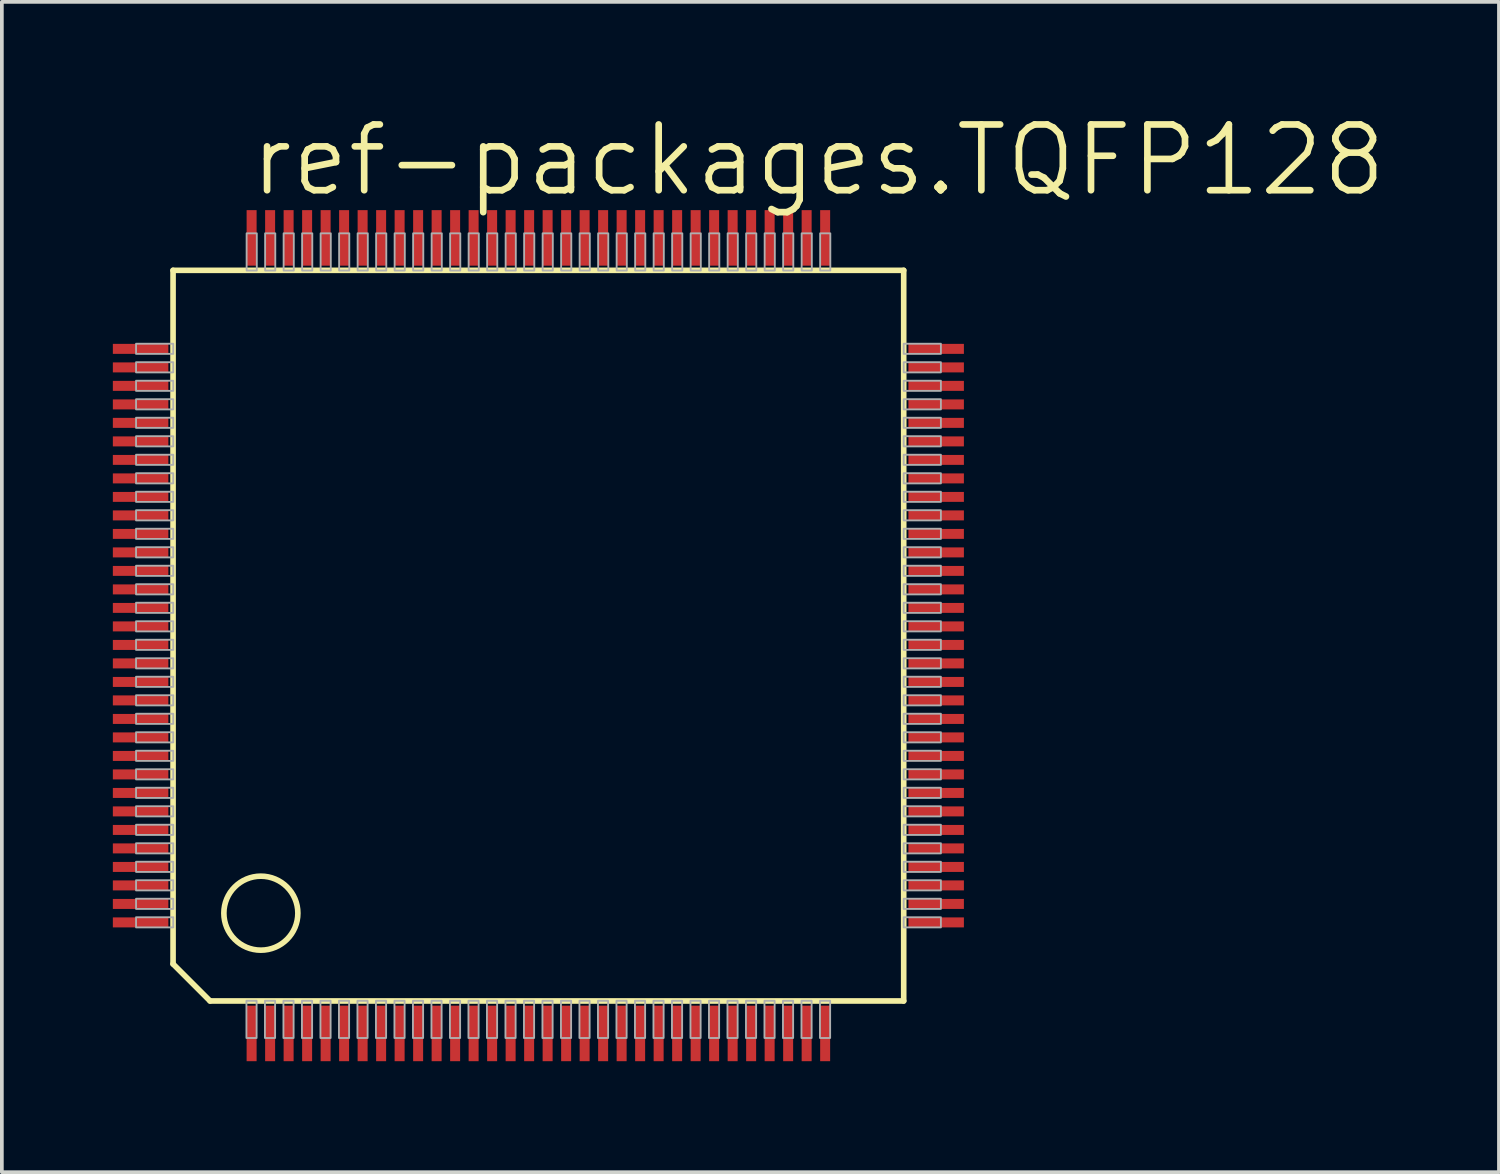
<source format=kicad_pcb>
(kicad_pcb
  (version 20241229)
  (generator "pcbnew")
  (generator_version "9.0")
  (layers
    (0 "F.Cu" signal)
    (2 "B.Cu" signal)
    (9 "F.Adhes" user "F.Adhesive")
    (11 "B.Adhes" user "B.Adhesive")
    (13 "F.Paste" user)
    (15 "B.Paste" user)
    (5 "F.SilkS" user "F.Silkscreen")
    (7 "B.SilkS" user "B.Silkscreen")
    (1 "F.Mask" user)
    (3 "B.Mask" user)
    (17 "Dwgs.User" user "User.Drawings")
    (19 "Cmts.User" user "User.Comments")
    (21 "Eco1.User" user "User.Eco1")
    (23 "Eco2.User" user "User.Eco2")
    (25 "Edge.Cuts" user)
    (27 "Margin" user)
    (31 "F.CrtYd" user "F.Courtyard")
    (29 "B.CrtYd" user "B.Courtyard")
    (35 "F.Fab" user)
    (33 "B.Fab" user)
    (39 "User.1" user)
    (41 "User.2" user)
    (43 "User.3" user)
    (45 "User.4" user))
  (footprint "ref-packages.TQFP128"
    (layer "F.Cu")
    (at 11.5 14.129)
    (property "Reference" "ref-packages.TQFP128" (at -7.874 -11.811 0) (layer "F.SilkS") (effects (font (size 1.778 1.778) (thickness 0.18)) (justify left bottom)))
    (attr smd)
    (fp_line (start -9.873 -9.873) (end -9.873 8.873) (stroke (width 0.152) (type default)) (layer "F.SilkS"))
    (fp_line (start -9.873 8.873) (end -8.873 9.873) (stroke (width 0.152) (type default)) (layer "F.SilkS"))
    (fp_line (start -8.873 9.873) (end 9.873 9.873) (stroke (width 0.152) (type default)) (layer "F.SilkS"))
    (fp_line (start 9.873 -9.873) (end -9.873 -9.873) (stroke (width 0.152) (type default)) (layer "F.SilkS"))
    (fp_line (start 9.873 9.873) (end 9.873 -9.873) (stroke (width 0.152) (type default)) (layer "F.SilkS"))
    (fp_circle (center -7.5 7.5) (end -6.5 7.5) (stroke (width 0.152) (type default)) (fill no) (layer "F.SilkS"))
    (fp_rect (start -10.873 -7.615) (end -9.868 -7.89) (stroke (width 0.05) (type default)) (fill no) (layer "F.Fab"))
    (fp_rect (start -10.873 -7.115) (end -9.868 -7.39) (stroke (width 0.05) (type default)) (fill no) (layer "F.Fab"))
    (fp_rect (start -10.873 -6.615) (end -9.868 -6.89) (stroke (width 0.05) (type default)) (fill no) (layer "F.Fab"))
    (fp_rect (start -10.873 -6.115) (end -9.868 -6.39) (stroke (width 0.05) (type default)) (fill no) (layer "F.Fab"))
    (fp_rect (start -10.873 -5.615) (end -9.868 -5.89) (stroke (width 0.05) (type default)) (fill no) (layer "F.Fab"))
    (fp_rect (start -10.873 -5.115) (end -9.868 -5.39) (stroke (width 0.05) (type default)) (fill no) (layer "F.Fab"))
    (fp_rect (start -10.873 -4.615) (end -9.868 -4.89) (stroke (width 0.05) (type default)) (fill no) (layer "F.Fab"))
    (fp_rect (start -10.873 -4.115) (end -9.868 -4.39) (stroke (width 0.05) (type default)) (fill no) (layer "F.Fab"))
    (fp_rect (start -10.873 -3.615) (end -9.868 -3.89) (stroke (width 0.05) (type default)) (fill no) (layer "F.Fab"))
    (fp_rect (start -10.873 -3.115) (end -9.868 -3.39) (stroke (width 0.05) (type default)) (fill no) (layer "F.Fab"))
    (fp_rect (start -10.873 -2.615) (end -9.868 -2.89) (stroke (width 0.05) (type default)) (fill no) (layer "F.Fab"))
    (fp_rect (start -10.873 -2.115) (end -9.868 -2.39) (stroke (width 0.05) (type default)) (fill no) (layer "F.Fab"))
    (fp_rect (start -10.873 -1.615) (end -9.868 -1.89) (stroke (width 0.05) (type default)) (fill no) (layer "F.Fab"))
    (fp_rect (start -10.873 -1.115) (end -9.868 -1.39) (stroke (width 0.05) (type default)) (fill no) (layer "F.Fab"))
    (fp_rect (start -10.873 -0.615) (end -9.868 -0.89) (stroke (width 0.05) (type default)) (fill no) (layer "F.Fab"))
    (fp_rect (start -10.873 -0.115) (end -9.868 -0.39) (stroke (width 0.05) (type default)) (fill no) (layer "F.Fab"))
    (fp_rect (start -10.873 0.385) (end -9.868 0.11) (stroke (width 0.05) (type default)) (fill no) (layer "F.Fab"))
    (fp_rect (start -10.873 0.885) (end -9.868 0.61) (stroke (width 0.05) (type default)) (fill no) (layer "F.Fab"))
    (fp_rect (start -10.873 1.385) (end -9.868 1.11) (stroke (width 0.05) (type default)) (fill no) (layer "F.Fab"))
    (fp_rect (start -10.873 1.885) (end -9.868 1.61) (stroke (width 0.05) (type default)) (fill no) (layer "F.Fab"))
    (fp_rect (start -10.873 2.385) (end -9.868 2.11) (stroke (width 0.05) (type default)) (fill no) (layer "F.Fab"))
    (fp_rect (start -10.873 2.885) (end -9.868 2.61) (stroke (width 0.05) (type default)) (fill no) (layer "F.Fab"))
    (fp_rect (start -10.873 3.385) (end -9.868 3.11) (stroke (width 0.05) (type default)) (fill no) (layer "F.Fab"))
    (fp_rect (start -10.873 3.885) (end -9.868 3.61) (stroke (width 0.05) (type default)) (fill no) (layer "F.Fab"))
    (fp_rect (start -10.873 4.385) (end -9.868 4.11) (stroke (width 0.05) (type default)) (fill no) (layer "F.Fab"))
    (fp_rect (start -10.873 4.885) (end -9.868 4.61) (stroke (width 0.05) (type default)) (fill no) (layer "F.Fab"))
    (fp_rect (start -10.873 5.385) (end -9.868 5.11) (stroke (width 0.05) (type default)) (fill no) (layer "F.Fab"))
    (fp_rect (start -10.873 5.885) (end -9.868 5.61) (stroke (width 0.05) (type default)) (fill no) (layer "F.Fab"))
    (fp_rect (start -10.873 6.385) (end -9.868 6.11) (stroke (width 0.05) (type default)) (fill no) (layer "F.Fab"))
    (fp_rect (start -10.873 6.885) (end -9.868 6.61) (stroke (width 0.05) (type default)) (fill no) (layer "F.Fab"))
    (fp_rect (start -10.873 7.385) (end -9.868 7.11) (stroke (width 0.05) (type default)) (fill no) (layer "F.Fab"))
    (fp_rect (start -10.873 7.885) (end -9.868 7.61) (stroke (width 0.05) (type default)) (fill no) (layer "F.Fab"))
    (fp_rect (start -7.89 10.873) (end -7.615 9.868) (stroke (width 0.05) (type default)) (fill no) (layer "F.Fab"))
    (fp_rect (start -7.885 -9.868) (end -7.61 -10.873) (stroke (width 0.05) (type default)) (fill no) (layer "F.Fab"))
    (fp_rect (start -7.39 10.873) (end -7.115 9.868) (stroke (width 0.05) (type default)) (fill no) (layer "F.Fab"))
    (fp_rect (start -7.385 -9.868) (end -7.11 -10.873) (stroke (width 0.05) (type default)) (fill no) (layer "F.Fab"))
    (fp_rect (start -6.89 10.873) (end -6.615 9.868) (stroke (width 0.05) (type default)) (fill no) (layer "F.Fab"))
    (fp_rect (start -6.885 -9.868) (end -6.61 -10.873) (stroke (width 0.05) (type default)) (fill no) (layer "F.Fab"))
    (fp_rect (start -6.39 10.873) (end -6.115 9.868) (stroke (width 0.05) (type default)) (fill no) (layer "F.Fab"))
    (fp_rect (start -6.385 -9.868) (end -6.11 -10.873) (stroke (width 0.05) (type default)) (fill no) (layer "F.Fab"))
    (fp_rect (start -5.89 10.873) (end -5.615 9.868) (stroke (width 0.05) (type default)) (fill no) (layer "F.Fab"))
    (fp_rect (start -5.885 -9.868) (end -5.61 -10.873) (stroke (width 0.05) (type default)) (fill no) (layer "F.Fab"))
    (fp_rect (start -5.39 10.873) (end -5.115 9.868) (stroke (width 0.05) (type default)) (fill no) (layer "F.Fab"))
    (fp_rect (start -5.385 -9.868) (end -5.11 -10.873) (stroke (width 0.05) (type default)) (fill no) (layer "F.Fab"))
    (fp_rect (start -4.89 10.873) (end -4.615 9.868) (stroke (width 0.05) (type default)) (fill no) (layer "F.Fab"))
    (fp_rect (start -4.885 -9.868) (end -4.61 -10.873) (stroke (width 0.05) (type default)) (fill no) (layer "F.Fab"))
    (fp_rect (start -4.39 10.873) (end -4.115 9.868) (stroke (width 0.05) (type default)) (fill no) (layer "F.Fab"))
    (fp_rect (start -4.385 -9.868) (end -4.11 -10.873) (stroke (width 0.05) (type default)) (fill no) (layer "F.Fab"))
    (fp_rect (start -3.89 10.873) (end -3.615 9.868) (stroke (width 0.05) (type default)) (fill no) (layer "F.Fab"))
    (fp_rect (start -3.885 -9.868) (end -3.61 -10.873) (stroke (width 0.05) (type default)) (fill no) (layer "F.Fab"))
    (fp_rect (start -3.39 10.873) (end -3.115 9.868) (stroke (width 0.05) (type default)) (fill no) (layer "F.Fab"))
    (fp_rect (start -3.385 -9.868) (end -3.11 -10.873) (stroke (width 0.05) (type default)) (fill no) (layer "F.Fab"))
    (fp_rect (start -2.89 10.873) (end -2.615 9.868) (stroke (width 0.05) (type default)) (fill no) (layer "F.Fab"))
    (fp_rect (start -2.885 -9.868) (end -2.61 -10.873) (stroke (width 0.05) (type default)) (fill no) (layer "F.Fab"))
    (fp_rect (start -2.39 10.873) (end -2.115 9.868) (stroke (width 0.05) (type default)) (fill no) (layer "F.Fab"))
    (fp_rect (start -2.385 -9.868) (end -2.11 -10.873) (stroke (width 0.05) (type default)) (fill no) (layer "F.Fab"))
    (fp_rect (start -1.89 10.873) (end -1.615 9.868) (stroke (width 0.05) (type default)) (fill no) (layer "F.Fab"))
    (fp_rect (start -1.885 -9.868) (end -1.61 -10.873) (stroke (width 0.05) (type default)) (fill no) (layer "F.Fab"))
    (fp_rect (start -1.39 10.873) (end -1.115 9.868) (stroke (width 0.05) (type default)) (fill no) (layer "F.Fab"))
    (fp_rect (start -1.385 -9.868) (end -1.11 -10.873) (stroke (width 0.05) (type default)) (fill no) (layer "F.Fab"))
    (fp_rect (start -0.89 10.873) (end -0.615 9.868) (stroke (width 0.05) (type default)) (fill no) (layer "F.Fab"))
    (fp_rect (start -0.885 -9.868) (end -0.61 -10.873) (stroke (width 0.05) (type default)) (fill no) (layer "F.Fab"))
    (fp_rect (start -0.39 10.873) (end -0.115 9.868) (stroke (width 0.05) (type default)) (fill no) (layer "F.Fab"))
    (fp_rect (start -0.385 -9.868) (end -0.11 -10.873) (stroke (width 0.05) (type default)) (fill no) (layer "F.Fab"))
    (fp_rect (start 0.11 10.873) (end 0.385 9.868) (stroke (width 0.05) (type default)) (fill no) (layer "F.Fab"))
    (fp_rect (start 0.115 -9.868) (end 0.39 -10.873) (stroke (width 0.05) (type default)) (fill no) (layer "F.Fab"))
    (fp_rect (start 0.61 10.873) (end 0.885 9.868) (stroke (width 0.05) (type default)) (fill no) (layer "F.Fab"))
    (fp_rect (start 0.615 -9.868) (end 0.89 -10.873) (stroke (width 0.05) (type default)) (fill no) (layer "F.Fab"))
    (fp_rect (start 1.11 10.873) (end 1.385 9.868) (stroke (width 0.05) (type default)) (fill no) (layer "F.Fab"))
    (fp_rect (start 1.115 -9.868) (end 1.39 -10.873) (stroke (width 0.05) (type default)) (fill no) (layer "F.Fab"))
    (fp_rect (start 1.61 10.873) (end 1.885 9.868) (stroke (width 0.05) (type default)) (fill no) (layer "F.Fab"))
    (fp_rect (start 1.615 -9.868) (end 1.89 -10.873) (stroke (width 0.05) (type default)) (fill no) (layer "F.Fab"))
    (fp_rect (start 2.11 10.873) (end 2.385 9.868) (stroke (width 0.05) (type default)) (fill no) (layer "F.Fab"))
    (fp_rect (start 2.115 -9.868) (end 2.39 -10.873) (stroke (width 0.05) (type default)) (fill no) (layer "F.Fab"))
    (fp_rect (start 2.61 10.873) (end 2.885 9.868) (stroke (width 0.05) (type default)) (fill no) (layer "F.Fab"))
    (fp_rect (start 2.615 -9.868) (end 2.89 -10.873) (stroke (width 0.05) (type default)) (fill no) (layer "F.Fab"))
    (fp_rect (start 3.11 10.873) (end 3.385 9.868) (stroke (width 0.05) (type default)) (fill no) (layer "F.Fab"))
    (fp_rect (start 3.115 -9.868) (end 3.39 -10.873) (stroke (width 0.05) (type default)) (fill no) (layer "F.Fab"))
    (fp_rect (start 3.61 10.873) (end 3.885 9.868) (stroke (width 0.05) (type default)) (fill no) (layer "F.Fab"))
    (fp_rect (start 3.615 -9.868) (end 3.89 -10.873) (stroke (width 0.05) (type default)) (fill no) (layer "F.Fab"))
    (fp_rect (start 4.11 10.873) (end 4.385 9.868) (stroke (width 0.05) (type default)) (fill no) (layer "F.Fab"))
    (fp_rect (start 4.115 -9.868) (end 4.39 -10.873) (stroke (width 0.05) (type default)) (fill no) (layer "F.Fab"))
    (fp_rect (start 4.61 10.873) (end 4.885 9.868) (stroke (width 0.05) (type default)) (fill no) (layer "F.Fab"))
    (fp_rect (start 4.615 -9.868) (end 4.89 -10.873) (stroke (width 0.05) (type default)) (fill no) (layer "F.Fab"))
    (fp_rect (start 5.11 10.873) (end 5.385 9.868) (stroke (width 0.05) (type default)) (fill no) (layer "F.Fab"))
    (fp_rect (start 5.115 -9.868) (end 5.39 -10.873) (stroke (width 0.05) (type default)) (fill no) (layer "F.Fab"))
    (fp_rect (start 5.61 10.873) (end 5.885 9.868) (stroke (width 0.05) (type default)) (fill no) (layer "F.Fab"))
    (fp_rect (start 5.615 -9.868) (end 5.89 -10.873) (stroke (width 0.05) (type default)) (fill no) (layer "F.Fab"))
    (fp_rect (start 6.11 10.873) (end 6.385 9.868) (stroke (width 0.05) (type default)) (fill no) (layer "F.Fab"))
    (fp_rect (start 6.115 -9.868) (end 6.39 -10.873) (stroke (width 0.05) (type default)) (fill no) (layer "F.Fab"))
    (fp_rect (start 6.61 10.873) (end 6.885 9.868) (stroke (width 0.05) (type default)) (fill no) (layer "F.Fab"))
    (fp_rect (start 6.615 -9.868) (end 6.89 -10.873) (stroke (width 0.05) (type default)) (fill no) (layer "F.Fab"))
    (fp_rect (start 7.11 10.873) (end 7.385 9.868) (stroke (width 0.05) (type default)) (fill no) (layer "F.Fab"))
    (fp_rect (start 7.115 -9.868) (end 7.39 -10.873) (stroke (width 0.05) (type default)) (fill no) (layer "F.Fab"))
    (fp_rect (start 7.61 10.873) (end 7.885 9.868) (stroke (width 0.05) (type default)) (fill no) (layer "F.Fab"))
    (fp_rect (start 7.615 -9.868) (end 7.89 -10.873) (stroke (width 0.05) (type default)) (fill no) (layer "F.Fab"))
    (fp_rect (start 9.873 -7.615) (end 10.878 -7.89) (stroke (width 0.05) (type default)) (fill no) (layer "F.Fab"))
    (fp_rect (start 9.873 -7.115) (end 10.878 -7.39) (stroke (width 0.05) (type default)) (fill no) (layer "F.Fab"))
    (fp_rect (start 9.873 -6.615) (end 10.878 -6.89) (stroke (width 0.05) (type default)) (fill no) (layer "F.Fab"))
    (fp_rect (start 9.873 -6.115) (end 10.878 -6.39) (stroke (width 0.05) (type default)) (fill no) (layer "F.Fab"))
    (fp_rect (start 9.873 -5.615) (end 10.878 -5.89) (stroke (width 0.05) (type default)) (fill no) (layer "F.Fab"))
    (fp_rect (start 9.873 -5.115) (end 10.878 -5.39) (stroke (width 0.05) (type default)) (fill no) (layer "F.Fab"))
    (fp_rect (start 9.873 -4.615) (end 10.878 -4.89) (stroke (width 0.05) (type default)) (fill no) (layer "F.Fab"))
    (fp_rect (start 9.873 -4.115) (end 10.878 -4.39) (stroke (width 0.05) (type default)) (fill no) (layer "F.Fab"))
    (fp_rect (start 9.873 -3.615) (end 10.878 -3.89) (stroke (width 0.05) (type default)) (fill no) (layer "F.Fab"))
    (fp_rect (start 9.873 -3.115) (end 10.878 -3.39) (stroke (width 0.05) (type default)) (fill no) (layer "F.Fab"))
    (fp_rect (start 9.873 -2.615) (end 10.878 -2.89) (stroke (width 0.05) (type default)) (fill no) (layer "F.Fab"))
    (fp_rect (start 9.873 -2.115) (end 10.878 -2.39) (stroke (width 0.05) (type default)) (fill no) (layer "F.Fab"))
    (fp_rect (start 9.873 -1.615) (end 10.878 -1.89) (stroke (width 0.05) (type default)) (fill no) (layer "F.Fab"))
    (fp_rect (start 9.873 -1.115) (end 10.878 -1.39) (stroke (width 0.05) (type default)) (fill no) (layer "F.Fab"))
    (fp_rect (start 9.873 -0.615) (end 10.878 -0.89) (stroke (width 0.05) (type default)) (fill no) (layer "F.Fab"))
    (fp_rect (start 9.873 -0.115) (end 10.878 -0.39) (stroke (width 0.05) (type default)) (fill no) (layer "F.Fab"))
    (fp_rect (start 9.873 0.385) (end 10.878 0.11) (stroke (width 0.05) (type default)) (fill no) (layer "F.Fab"))
    (fp_rect (start 9.873 0.885) (end 10.878 0.61) (stroke (width 0.05) (type default)) (fill no) (layer "F.Fab"))
    (fp_rect (start 9.873 1.385) (end 10.878 1.11) (stroke (width 0.05) (type default)) (fill no) (layer "F.Fab"))
    (fp_rect (start 9.873 1.885) (end 10.878 1.61) (stroke (width 0.05) (type default)) (fill no) (layer "F.Fab"))
    (fp_rect (start 9.873 2.385) (end 10.878 2.11) (stroke (width 0.05) (type default)) (fill no) (layer "F.Fab"))
    (fp_rect (start 9.873 2.885) (end 10.878 2.61) (stroke (width 0.05) (type default)) (fill no) (layer "F.Fab"))
    (fp_rect (start 9.873 3.385) (end 10.878 3.11) (stroke (width 0.05) (type default)) (fill no) (layer "F.Fab"))
    (fp_rect (start 9.873 3.885) (end 10.878 3.61) (stroke (width 0.05) (type default)) (fill no) (layer "F.Fab"))
    (fp_rect (start 9.873 4.385) (end 10.878 4.11) (stroke (width 0.05) (type default)) (fill no) (layer "F.Fab"))
    (fp_rect (start 9.873 4.885) (end 10.878 4.61) (stroke (width 0.05) (type default)) (fill no) (layer "F.Fab"))
    (fp_rect (start 9.873 5.385) (end 10.878 5.11) (stroke (width 0.05) (type default)) (fill no) (layer "F.Fab"))
    (fp_rect (start 9.873 5.885) (end 10.878 5.61) (stroke (width 0.05) (type default)) (fill no) (layer "F.Fab"))
    (fp_rect (start 9.873 6.385) (end 10.878 6.11) (stroke (width 0.05) (type default)) (fill no) (layer "F.Fab"))
    (fp_rect (start 9.873 6.885) (end 10.878 6.61) (stroke (width 0.05) (type default)) (fill no) (layer "F.Fab"))
    (fp_rect (start 9.873 7.385) (end 10.878 7.11) (stroke (width 0.05) (type default)) (fill no) (layer "F.Fab"))
    (fp_rect (start 9.873 7.885) (end 10.878 7.61) (stroke (width 0.05) (type default)) (fill no) (layer "F.Fab"))
    (pad "1" smd roundrect (at -7.75 10.75) (size 0.27 1.5) (layers "F.Cu" "F.Mask" "F.Paste") (roundrect_rratio 0.01))
    (pad "2" smd roundrect (at -7.25 10.75) (size 0.27 1.5) (layers "F.Cu" "F.Mask" "F.Paste") (roundrect_rratio 0.01))
    (pad "3" smd roundrect (at -6.75 10.75) (size 0.27 1.5) (layers "F.Cu" "F.Mask" "F.Paste") (roundrect_rratio 0.01))
    (pad "4" smd roundrect (at -6.25 10.75) (size 0.27 1.5) (layers "F.Cu" "F.Mask" "F.Paste") (roundrect_rratio 0.01))
    (pad "5" smd roundrect (at -5.75 10.75) (size 0.27 1.5) (layers "F.Cu" "F.Mask" "F.Paste") (roundrect_rratio 0.01))
    (pad "6" smd roundrect (at -5.25 10.75) (size 0.27 1.5) (layers "F.Cu" "F.Mask" "F.Paste") (roundrect_rratio 0.01))
    (pad "7" smd roundrect (at -4.75 10.75) (size 0.27 1.5) (layers "F.Cu" "F.Mask" "F.Paste") (roundrect_rratio 0.01))
    (pad "8" smd roundrect (at -4.25 10.75) (size 0.27 1.5) (layers "F.Cu" "F.Mask" "F.Paste") (roundrect_rratio 0.01))
    (pad "9" smd roundrect (at -3.75 10.75) (size 0.27 1.5) (layers "F.Cu" "F.Mask" "F.Paste") (roundrect_rratio 0.01))
    (pad "10" smd roundrect (at -3.25 10.75) (size 0.27 1.5) (layers "F.Cu" "F.Mask" "F.Paste") (roundrect_rratio 0.01))
    (pad "11" smd roundrect (at -2.75 10.75) (size 0.27 1.5) (layers "F.Cu" "F.Mask" "F.Paste") (roundrect_rratio 0.01))
    (pad "12" smd roundrect (at -2.25 10.75) (size 0.27 1.5) (layers "F.Cu" "F.Mask" "F.Paste") (roundrect_rratio 0.01))
    (pad "13" smd roundrect (at -1.75 10.75) (size 0.27 1.5) (layers "F.Cu" "F.Mask" "F.Paste") (roundrect_rratio 0.01))
    (pad "14" smd roundrect (at -1.25 10.75) (size 0.27 1.5) (layers "F.Cu" "F.Mask" "F.Paste") (roundrect_rratio 0.01))
    (pad "15" smd roundrect (at -0.75 10.75) (size 0.27 1.5) (layers "F.Cu" "F.Mask" "F.Paste") (roundrect_rratio 0.01))
    (pad "16" smd roundrect (at -0.25 10.75) (size 0.27 1.5) (layers "F.Cu" "F.Mask" "F.Paste") (roundrect_rratio 0.01))
    (pad "17" smd roundrect (at 0.25 10.75) (size 0.27 1.5) (layers "F.Cu" "F.Mask" "F.Paste") (roundrect_rratio 0.01))
    (pad "18" smd roundrect (at 0.75 10.75) (size 0.27 1.5) (layers "F.Cu" "F.Mask" "F.Paste") (roundrect_rratio 0.01))
    (pad "19" smd roundrect (at 1.25 10.75) (size 0.27 1.5) (layers "F.Cu" "F.Mask" "F.Paste") (roundrect_rratio 0.01))
    (pad "20" smd roundrect (at 1.75 10.75) (size 0.27 1.5) (layers "F.Cu" "F.Mask" "F.Paste") (roundrect_rratio 0.01))
    (pad "21" smd roundrect (at 2.25 10.75) (size 0.27 1.5) (layers "F.Cu" "F.Mask" "F.Paste") (roundrect_rratio 0.01))
    (pad "22" smd roundrect (at 2.75 10.75) (size 0.27 1.5) (layers "F.Cu" "F.Mask" "F.Paste") (roundrect_rratio 0.01))
    (pad "23" smd roundrect (at 3.25 10.75) (size 0.27 1.5) (layers "F.Cu" "F.Mask" "F.Paste") (roundrect_rratio 0.01))
    (pad "24" smd roundrect (at 3.75 10.75) (size 0.27 1.5) (layers "F.Cu" "F.Mask" "F.Paste") (roundrect_rratio 0.01))
    (pad "25" smd roundrect (at 4.25 10.75) (size 0.27 1.5) (layers "F.Cu" "F.Mask" "F.Paste") (roundrect_rratio 0.01))
    (pad "26" smd roundrect (at 4.75 10.75) (size 0.27 1.5) (layers "F.Cu" "F.Mask" "F.Paste") (roundrect_rratio 0.01))
    (pad "27" smd roundrect (at 5.25 10.75) (size 0.27 1.5) (layers "F.Cu" "F.Mask" "F.Paste") (roundrect_rratio 0.01))
    (pad "28" smd roundrect (at 5.75 10.75) (size 0.27 1.5) (layers "F.Cu" "F.Mask" "F.Paste") (roundrect_rratio 0.01))
    (pad "29" smd roundrect (at 6.25 10.75) (size 0.27 1.5) (layers "F.Cu" "F.Mask" "F.Paste") (roundrect_rratio 0.01))
    (pad "30" smd roundrect (at 6.75 10.75) (size 0.27 1.5) (layers "F.Cu" "F.Mask" "F.Paste") (roundrect_rratio 0.01))
    (pad "31" smd roundrect (at 7.25 10.75) (size 0.27 1.5) (layers "F.Cu" "F.Mask" "F.Paste") (roundrect_rratio 0.01))
    (pad "32" smd roundrect (at 7.75 10.75) (size 0.27 1.5) (layers "F.Cu" "F.Mask" "F.Paste") (roundrect_rratio 0.01))
    (pad "33" smd roundrect (at 10.75 7.75) (size 1.5 0.27) (layers "F.Cu" "F.Mask" "F.Paste") (roundrect_rratio 0.01))
    (pad "34" smd roundrect (at 10.75 7.25) (size 1.5 0.27) (layers "F.Cu" "F.Mask" "F.Paste") (roundrect_rratio 0.01))
    (pad "35" smd roundrect (at 10.75 6.75) (size 1.5 0.27) (layers "F.Cu" "F.Mask" "F.Paste") (roundrect_rratio 0.01))
    (pad "36" smd roundrect (at 10.75 6.25) (size 1.5 0.27) (layers "F.Cu" "F.Mask" "F.Paste") (roundrect_rratio 0.01))
    (pad "37" smd roundrect (at 10.75 5.75) (size 1.5 0.27) (layers "F.Cu" "F.Mask" "F.Paste") (roundrect_rratio 0.01))
    (pad "38" smd roundrect (at 10.75 5.25) (size 1.5 0.27) (layers "F.Cu" "F.Mask" "F.Paste") (roundrect_rratio 0.01))
    (pad "39" smd roundrect (at 10.75 4.75) (size 1.5 0.27) (layers "F.Cu" "F.Mask" "F.Paste") (roundrect_rratio 0.01))
    (pad "40" smd roundrect (at 10.75 4.25) (size 1.5 0.27) (layers "F.Cu" "F.Mask" "F.Paste") (roundrect_rratio 0.01))
    (pad "41" smd roundrect (at 10.75 3.75) (size 1.5 0.27) (layers "F.Cu" "F.Mask" "F.Paste") (roundrect_rratio 0.01))
    (pad "42" smd roundrect (at 10.75 3.25) (size 1.5 0.27) (layers "F.Cu" "F.Mask" "F.Paste") (roundrect_rratio 0.01))
    (pad "43" smd roundrect (at 10.75 2.75) (size 1.5 0.27) (layers "F.Cu" "F.Mask" "F.Paste") (roundrect_rratio 0.01))
    (pad "44" smd roundrect (at 10.75 2.25) (size 1.5 0.27) (layers "F.Cu" "F.Mask" "F.Paste") (roundrect_rratio 0.01))
    (pad "45" smd roundrect (at 10.75 1.75) (size 1.5 0.27) (layers "F.Cu" "F.Mask" "F.Paste") (roundrect_rratio 0.01))
    (pad "46" smd roundrect (at 10.75 1.25) (size 1.5 0.27) (layers "F.Cu" "F.Mask" "F.Paste") (roundrect_rratio 0.01))
    (pad "47" smd roundrect (at 10.75 0.75) (size 1.5 0.27) (layers "F.Cu" "F.Mask" "F.Paste") (roundrect_rratio 0.01))
    (pad "48" smd roundrect (at 10.75 0.25) (size 1.5 0.27) (layers "F.Cu" "F.Mask" "F.Paste") (roundrect_rratio 0.01))
    (pad "49" smd roundrect (at 10.75 -0.25) (size 1.5 0.27) (layers "F.Cu" "F.Mask" "F.Paste") (roundrect_rratio 0.01))
    (pad "50" smd roundrect (at 10.75 -0.75) (size 1.5 0.27) (layers "F.Cu" "F.Mask" "F.Paste") (roundrect_rratio 0.01))
    (pad "51" smd roundrect (at 10.75 -1.25) (size 1.5 0.27) (layers "F.Cu" "F.Mask" "F.Paste") (roundrect_rratio 0.01))
    (pad "52" smd roundrect (at 10.75 -1.75) (size 1.5 0.27) (layers "F.Cu" "F.Mask" "F.Paste") (roundrect_rratio 0.01))
    (pad "53" smd roundrect (at 10.75 -2.25) (size 1.5 0.27) (layers "F.Cu" "F.Mask" "F.Paste") (roundrect_rratio 0.01))
    (pad "54" smd roundrect (at 10.75 -2.75) (size 1.5 0.27) (layers "F.Cu" "F.Mask" "F.Paste") (roundrect_rratio 0.01))
    (pad "55" smd roundrect (at 10.75 -3.25) (size 1.5 0.27) (layers "F.Cu" "F.Mask" "F.Paste") (roundrect_rratio 0.01))
    (pad "56" smd roundrect (at 10.75 -3.75) (size 1.5 0.27) (layers "F.Cu" "F.Mask" "F.Paste") (roundrect_rratio 0.01))
    (pad "57" smd roundrect (at 10.75 -4.25) (size 1.5 0.27) (layers "F.Cu" "F.Mask" "F.Paste") (roundrect_rratio 0.01))
    (pad "58" smd roundrect (at 10.75 -4.75) (size 1.5 0.27) (layers "F.Cu" "F.Mask" "F.Paste") (roundrect_rratio 0.01))
    (pad "59" smd roundrect (at 10.75 -5.25) (size 1.5 0.27) (layers "F.Cu" "F.Mask" "F.Paste") (roundrect_rratio 0.01))
    (pad "60" smd roundrect (at 10.75 -5.75) (size 1.5 0.27) (layers "F.Cu" "F.Mask" "F.Paste") (roundrect_rratio 0.01))
    (pad "61" smd roundrect (at 10.75 -6.25) (size 1.5 0.27) (layers "F.Cu" "F.Mask" "F.Paste") (roundrect_rratio 0.01))
    (pad "62" smd roundrect (at 10.75 -6.75) (size 1.5 0.27) (layers "F.Cu" "F.Mask" "F.Paste") (roundrect_rratio 0.01))
    (pad "63" smd roundrect (at 10.75 -7.25) (size 1.5 0.27) (layers "F.Cu" "F.Mask" "F.Paste") (roundrect_rratio 0.01))
    (pad "64" smd roundrect (at 10.75 -7.75) (size 1.5 0.27) (layers "F.Cu" "F.Mask" "F.Paste") (roundrect_rratio 0.01))
    (pad "65" smd roundrect (at 7.75 -10.75) (size 0.27 1.5) (layers "F.Cu" "F.Mask" "F.Paste") (roundrect_rratio 0.01))
    (pad "66" smd roundrect (at 7.25 -10.75) (size 0.27 1.5) (layers "F.Cu" "F.Mask" "F.Paste") (roundrect_rratio 0.01))
    (pad "67" smd roundrect (at 6.75 -10.75) (size 0.27 1.5) (layers "F.Cu" "F.Mask" "F.Paste") (roundrect_rratio 0.01))
    (pad "68" smd roundrect (at 6.25 -10.75) (size 0.27 1.5) (layers "F.Cu" "F.Mask" "F.Paste") (roundrect_rratio 0.01))
    (pad "69" smd roundrect (at 5.75 -10.75) (size 0.27 1.5) (layers "F.Cu" "F.Mask" "F.Paste") (roundrect_rratio 0.01))
    (pad "70" smd roundrect (at 5.25 -10.75) (size 0.27 1.5) (layers "F.Cu" "F.Mask" "F.Paste") (roundrect_rratio 0.01))
    (pad "71" smd roundrect (at 4.75 -10.75) (size 0.27 1.5) (layers "F.Cu" "F.Mask" "F.Paste") (roundrect_rratio 0.01))
    (pad "72" smd roundrect (at 4.25 -10.75) (size 0.27 1.5) (layers "F.Cu" "F.Mask" "F.Paste") (roundrect_rratio 0.01))
    (pad "73" smd roundrect (at 3.75 -10.75) (size 0.27 1.5) (layers "F.Cu" "F.Mask" "F.Paste") (roundrect_rratio 0.01))
    (pad "74" smd roundrect (at 3.25 -10.75) (size 0.27 1.5) (layers "F.Cu" "F.Mask" "F.Paste") (roundrect_rratio 0.01))
    (pad "75" smd roundrect (at 2.75 -10.75) (size 0.27 1.5) (layers "F.Cu" "F.Mask" "F.Paste") (roundrect_rratio 0.01))
    (pad "76" smd roundrect (at 2.25 -10.75) (size 0.27 1.5) (layers "F.Cu" "F.Mask" "F.Paste") (roundrect_rratio 0.01))
    (pad "77" smd roundrect (at 1.75 -10.75) (size 0.27 1.5) (layers "F.Cu" "F.Mask" "F.Paste") (roundrect_rratio 0.01))
    (pad "78" smd roundrect (at 1.25 -10.75) (size 0.27 1.5) (layers "F.Cu" "F.Mask" "F.Paste") (roundrect_rratio 0.01))
    (pad "79" smd roundrect (at 0.75 -10.75) (size 0.27 1.5) (layers "F.Cu" "F.Mask" "F.Paste") (roundrect_rratio 0.01))
    (pad "80" smd roundrect (at 0.25 -10.75) (size 0.27 1.5) (layers "F.Cu" "F.Mask" "F.Paste") (roundrect_rratio 0.01))
    (pad "81" smd roundrect (at -0.25 -10.75) (size 0.27 1.5) (layers "F.Cu" "F.Mask" "F.Paste") (roundrect_rratio 0.01))
    (pad "82" smd roundrect (at -0.75 -10.75) (size 0.27 1.5) (layers "F.Cu" "F.Mask" "F.Paste") (roundrect_rratio 0.01))
    (pad "83" smd roundrect (at -1.25 -10.75) (size 0.27 1.5) (layers "F.Cu" "F.Mask" "F.Paste") (roundrect_rratio 0.01))
    (pad "84" smd roundrect (at -1.75 -10.75) (size 0.27 1.5) (layers "F.Cu" "F.Mask" "F.Paste") (roundrect_rratio 0.01))
    (pad "85" smd roundrect (at -2.25 -10.75) (size 0.27 1.5) (layers "F.Cu" "F.Mask" "F.Paste") (roundrect_rratio 0.01))
    (pad "86" smd roundrect (at -2.75 -10.75) (size 0.27 1.5) (layers "F.Cu" "F.Mask" "F.Paste") (roundrect_rratio 0.01))
    (pad "87" smd roundrect (at -3.25 -10.75) (size 0.27 1.5) (layers "F.Cu" "F.Mask" "F.Paste") (roundrect_rratio 0.01))
    (pad "88" smd roundrect (at -3.75 -10.75) (size 0.27 1.5) (layers "F.Cu" "F.Mask" "F.Paste") (roundrect_rratio 0.01))
    (pad "89" smd roundrect (at -4.25 -10.75) (size 0.27 1.5) (layers "F.Cu" "F.Mask" "F.Paste") (roundrect_rratio 0.01))
    (pad "90" smd roundrect (at -4.75 -10.75) (size 0.27 1.5) (layers "F.Cu" "F.Mask" "F.Paste") (roundrect_rratio 0.01))
    (pad "91" smd roundrect (at -5.25 -10.75) (size 0.27 1.5) (layers "F.Cu" "F.Mask" "F.Paste") (roundrect_rratio 0.01))
    (pad "92" smd roundrect (at -5.75 -10.75) (size 0.27 1.5) (layers "F.Cu" "F.Mask" "F.Paste") (roundrect_rratio 0.01))
    (pad "93" smd roundrect (at -6.25 -10.75) (size 0.27 1.5) (layers "F.Cu" "F.Mask" "F.Paste") (roundrect_rratio 0.01))
    (pad "94" smd roundrect (at -6.75 -10.75) (size 0.27 1.5) (layers "F.Cu" "F.Mask" "F.Paste") (roundrect_rratio 0.01))
    (pad "95" smd roundrect (at -7.25 -10.75) (size 0.27 1.5) (layers "F.Cu" "F.Mask" "F.Paste") (roundrect_rratio 0.01))
    (pad "96" smd roundrect (at -7.75 -10.75) (size 0.27 1.5) (layers "F.Cu" "F.Mask" "F.Paste") (roundrect_rratio 0.01))
    (pad "97" smd roundrect (at -10.75 -7.75) (size 1.5 0.27) (layers "F.Cu" "F.Mask" "F.Paste") (roundrect_rratio 0.01))
    (pad "98" smd roundrect (at -10.75 -7.25) (size 1.5 0.27) (layers "F.Cu" "F.Mask" "F.Paste") (roundrect_rratio 0.01))
    (pad "99" smd roundrect (at -10.75 -6.75) (size 1.5 0.27) (layers "F.Cu" "F.Mask" "F.Paste") (roundrect_rratio 0.01))
    (pad "100" smd roundrect (at -10.75 -6.25) (size 1.5 0.27) (layers "F.Cu" "F.Mask" "F.Paste") (roundrect_rratio 0.01))
    (pad "101" smd roundrect (at -10.75 -5.75) (size 1.5 0.27) (layers "F.Cu" "F.Mask" "F.Paste") (roundrect_rratio 0.01))
    (pad "102" smd roundrect (at -10.75 -5.25) (size 1.5 0.27) (layers "F.Cu" "F.Mask" "F.Paste") (roundrect_rratio 0.01))
    (pad "103" smd roundrect (at -10.75 -4.75) (size 1.5 0.27) (layers "F.Cu" "F.Mask" "F.Paste") (roundrect_rratio 0.01))
    (pad "104" smd roundrect (at -10.75 -4.25) (size 1.5 0.27) (layers "F.Cu" "F.Mask" "F.Paste") (roundrect_rratio 0.01))
    (pad "105" smd roundrect (at -10.75 -3.75) (size 1.5 0.27) (layers "F.Cu" "F.Mask" "F.Paste") (roundrect_rratio 0.01))
    (pad "106" smd roundrect (at -10.75 -3.25) (size 1.5 0.27) (layers "F.Cu" "F.Mask" "F.Paste") (roundrect_rratio 0.01))
    (pad "107" smd roundrect (at -10.75 -2.75) (size 1.5 0.27) (layers "F.Cu" "F.Mask" "F.Paste") (roundrect_rratio 0.01))
    (pad "108" smd roundrect (at -10.75 -2.25) (size 1.5 0.27) (layers "F.Cu" "F.Mask" "F.Paste") (roundrect_rratio 0.01))
    (pad "109" smd roundrect (at -10.75 -1.75) (size 1.5 0.27) (layers "F.Cu" "F.Mask" "F.Paste") (roundrect_rratio 0.01))
    (pad "110" smd roundrect (at -10.75 -1.25) (size 1.5 0.27) (layers "F.Cu" "F.Mask" "F.Paste") (roundrect_rratio 0.01))
    (pad "111" smd roundrect (at -10.75 -0.75) (size 1.5 0.27) (layers "F.Cu" "F.Mask" "F.Paste") (roundrect_rratio 0.01))
    (pad "112" smd roundrect (at -10.75 -0.25) (size 1.5 0.27) (layers "F.Cu" "F.Mask" "F.Paste") (roundrect_rratio 0.01))
    (pad "113" smd roundrect (at -10.75 0.25) (size 1.5 0.27) (layers "F.Cu" "F.Mask" "F.Paste") (roundrect_rratio 0.01))
    (pad "114" smd roundrect (at -10.75 0.75) (size 1.5 0.27) (layers "F.Cu" "F.Mask" "F.Paste") (roundrect_rratio 0.01))
    (pad "115" smd roundrect (at -10.75 1.25) (size 1.5 0.27) (layers "F.Cu" "F.Mask" "F.Paste") (roundrect_rratio 0.01))
    (pad "116" smd roundrect (at -10.75 1.75) (size 1.5 0.27) (layers "F.Cu" "F.Mask" "F.Paste") (roundrect_rratio 0.01))
    (pad "117" smd roundrect (at -10.75 2.25) (size 1.5 0.27) (layers "F.Cu" "F.Mask" "F.Paste") (roundrect_rratio 0.01))
    (pad "118" smd roundrect (at -10.75 2.75) (size 1.5 0.27) (layers "F.Cu" "F.Mask" "F.Paste") (roundrect_rratio 0.01))
    (pad "119" smd roundrect (at -10.75 3.25) (size 1.5 0.27) (layers "F.Cu" "F.Mask" "F.Paste") (roundrect_rratio 0.01))
    (pad "120" smd roundrect (at -10.75 3.75) (size 1.5 0.27) (layers "F.Cu" "F.Mask" "F.Paste") (roundrect_rratio 0.01))
    (pad "121" smd roundrect (at -10.75 4.25) (size 1.5 0.27) (layers "F.Cu" "F.Mask" "F.Paste") (roundrect_rratio 0.01))
    (pad "122" smd roundrect (at -10.75 4.75) (size 1.5 0.27) (layers "F.Cu" "F.Mask" "F.Paste") (roundrect_rratio 0.01))
    (pad "123" smd roundrect (at -10.75 5.25) (size 1.5 0.27) (layers "F.Cu" "F.Mask" "F.Paste") (roundrect_rratio 0.01))
    (pad "124" smd roundrect (at -10.75 5.75) (size 1.5 0.27) (layers "F.Cu" "F.Mask" "F.Paste") (roundrect_rratio 0.01))
    (pad "125" smd roundrect (at -10.75 6.25) (size 1.5 0.27) (layers "F.Cu" "F.Mask" "F.Paste") (roundrect_rratio 0.01))
    (pad "126" smd roundrect (at -10.75 6.75) (size 1.5 0.27) (layers "F.Cu" "F.Mask" "F.Paste") (roundrect_rratio 0.01))
    (pad "127" smd roundrect (at -10.75 7.25) (size 1.5 0.27) (layers "F.Cu" "F.Mask" "F.Paste") (roundrect_rratio 0.01))
    (pad "128" smd roundrect (at -10.75 7.75) (size 1.5 0.27) (layers "F.Cu" "F.Mask" "F.Paste") (roundrect_rratio 0.01)))
  (gr_rect
    (start -3 -3)
    (end 37.46 28.629)
    (stroke (width 0.1) (type default))
    (fill no)
    (layer "Edge.Cuts")))
</source>
